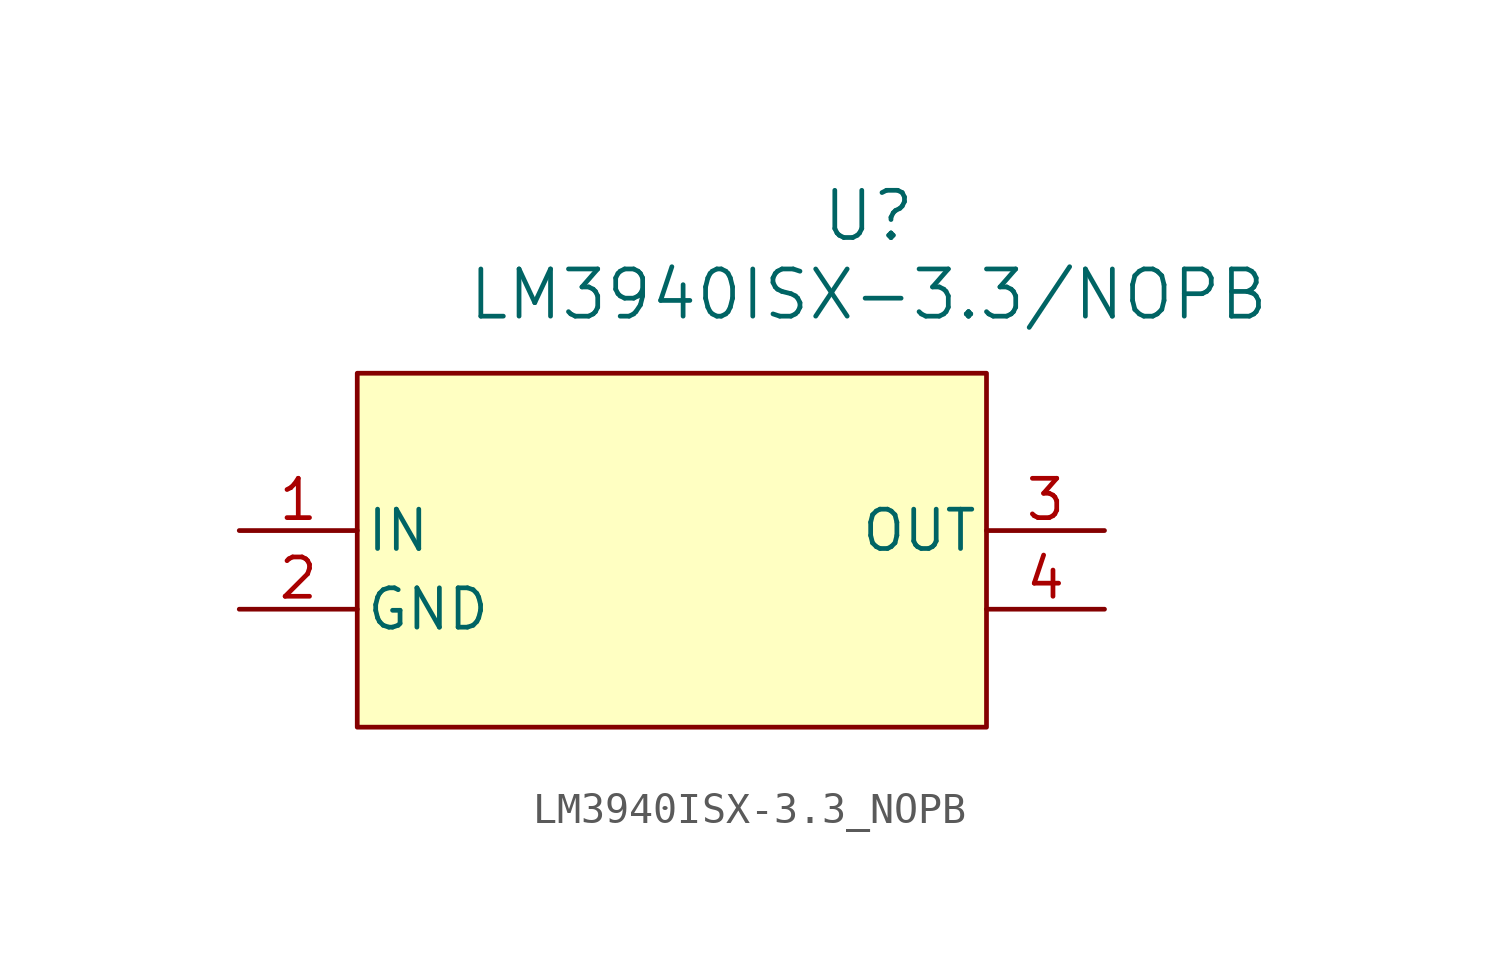
<source format=kicad_sym>
(kicad_symbol_lib
  (version 20241209)
  (generator "kicad_symbol_editor")
  (generator_version "9.0")
  (symbol "LM3940ISX-3.3_NOPB"
    (pin_names
      (offset 0.254))
    (property "Reference" "U"
      (at 20.32 10.16 0)
      (effects (font (size 1.524 1.524))))
    (property "Value" "LM3940ISX-3.3/NOPB"
      (at 20.32 7.62 0)
      (effects (font (size 1.524 1.524))))
    (property "ki_locked" ""
      (at 0 0 0)
      (effects (font (size 1.27 1.27))))
    (symbol "LM3940ISX-3.3_NOPB_0_1"
      (pin input line (at 0 0 0) (length 3.81) (name "IN" (effects (font (size 1.27 1.27)))) (number "1" (effects (font (size 1.27 1.27)))))
      (pin passive line (at 0 -2.54 0) (length 3.81) (name "GND" (effects (font (size 1.27 1.27)))) (number "2" (effects (font (size 1.27 1.27)))))
      (pin output line (at 27.94 0 180) (length 3.81) (name "OUT" (effects (font (size 1.27 1.27)))) (number "3" (effects (font (size 1.27 1.27)))))
      (pin unspecified line (at 27.94 -2.54 180) (length 3.81) (name "" (effects (font (size 1.27 1.27)))) (number "4" (effects (font (size 1.27 1.27))))))
    (symbol "LM3940ISX-3.3_NOPB_1_1"
      (rectangle (start 3.81 5.08) (end 24.13 -6.35) (stroke (width 0) (type default)) (fill (type background))))))
</source>
